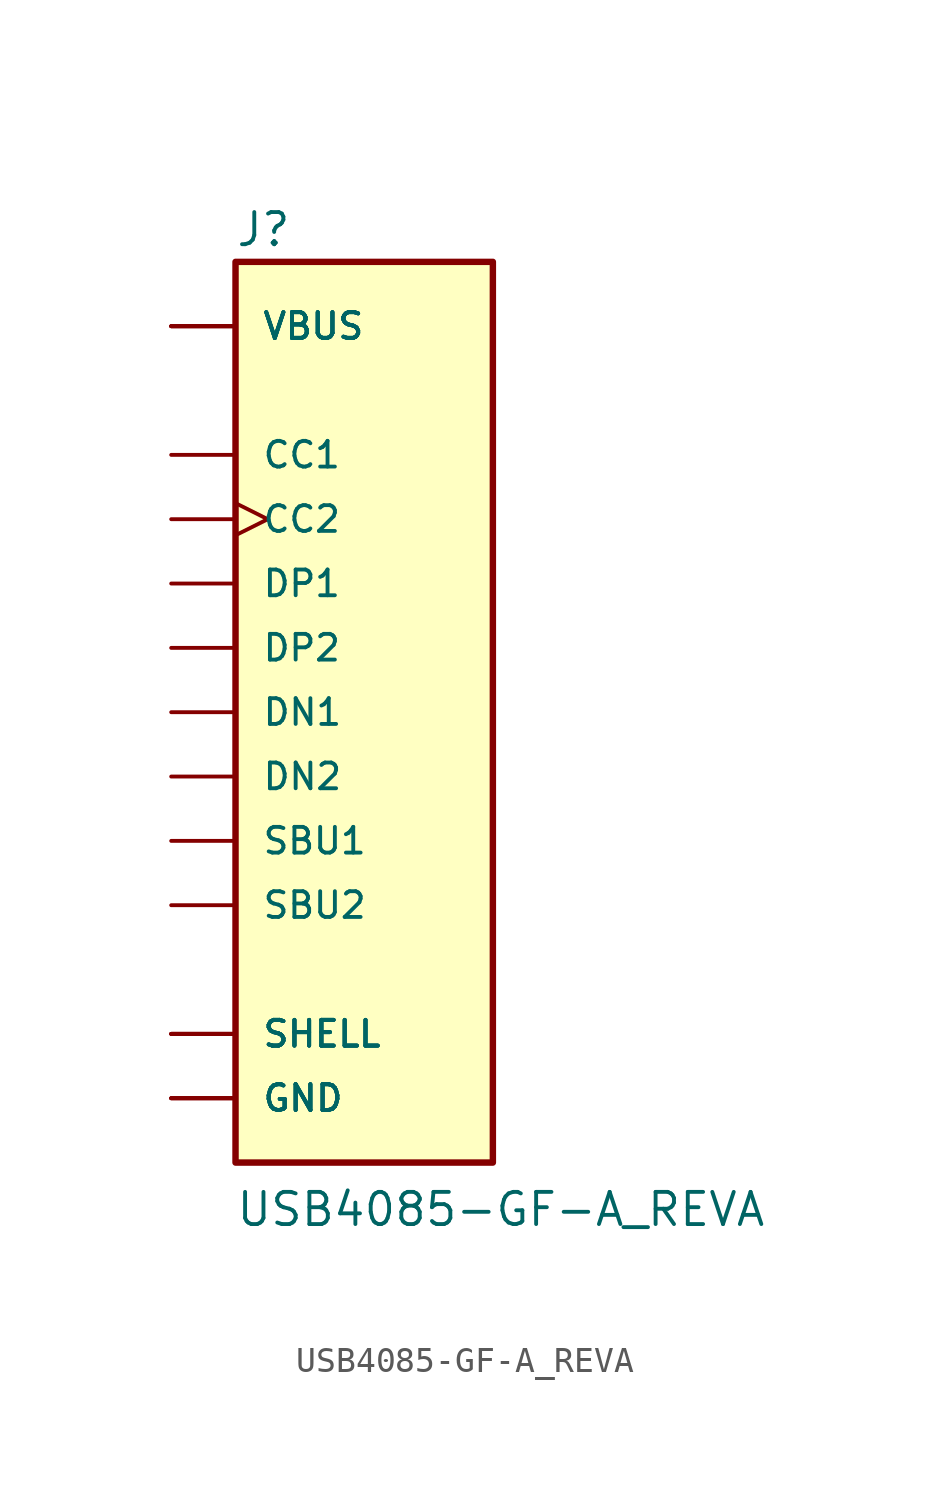
<source format=kicad_sym>
(kicad_symbol_lib
  (version 20211014)
  (generator kicad_symbol_editor)
  (symbol "USB4085-GF-A_REVA"
    (pin_numbers hide)
    (pin_names
      (offset 1.016))
    (property "Reference" "J"
      (at -5.105 18.313 0)
      (effects (font (size 1.27 1.27)) (justify left bottom)))
    (property "Value" "USB4085-GF-A_REVA"
      (at -5.105 -20.371 0)
      (effects (font (size 1.27 1.27)) (justify left bottom)))
    (property "ki_locked" ""
      (at 0 0 0)
      (effects (font (size 1.27 1.27))))
    (symbol "USB4085-GF-A_REVA_0_0"
      (rectangle (start -5.08 -17.78) (end 5.08 17.78) (stroke (width 0.254) (type default) (color 0 0 0 0)) (fill (type background)))
      (pin passive line (at -7.62 -15.24 0) (length 2.54) (name "GND" (effects (font (size 1.016 1.016)))) (number "A1" (effects (font (size 1.016 1.016)))))
      (pin passive line (at -7.62 -15.24 0) (length 2.54) (name "GND" (effects (font (size 1.016 1.016)))) (number "A12" (effects (font (size 1.016 1.016)))))
      (pin power_in line (at -7.62 15.24 0) (length 2.54) (name "VBUS" (effects (font (size 1.016 1.016)))) (number "A4" (effects (font (size 1.016 1.016)))))
      (pin bidirectional line (at -7.62 10.16 0) (length 2.54) (name "CC1" (effects (font (size 1.016 1.016)))) (number "A5" (effects (font (size 1.016 1.016)))))
      (pin bidirectional line (at -7.62 5.08 0) (length 2.54) (name "DP1" (effects (font (size 1.016 1.016)))) (number "A6" (effects (font (size 1.016 1.016)))))
      (pin bidirectional line (at -7.62 0 0) (length 2.54) (name "DN1" (effects (font (size 1.016 1.016)))) (number "A7" (effects (font (size 1.016 1.016)))))
      (pin bidirectional line (at -7.62 -5.08 0) (length 2.54) (name "SBU1" (effects (font (size 1.016 1.016)))) (number "A8" (effects (font (size 1.016 1.016)))))
      (pin power_in line (at -7.62 15.24 0) (length 2.54) (name "VBUS" (effects (font (size 1.016 1.016)))) (number "A9" (effects (font (size 1.016 1.016)))))
      (pin passive line (at -7.62 -15.24 0) (length 2.54) (name "GND" (effects (font (size 1.016 1.016)))) (number "B1" (effects (font (size 1.016 1.016)))))
      (pin passive line (at -7.62 -15.24 0) (length 2.54) (name "GND" (effects (font (size 1.016 1.016)))) (number "B12" (effects (font (size 1.016 1.016)))))
      (pin power_in line (at -7.62 15.24 0) (length 2.54) (name "VBUS" (effects (font (size 1.016 1.016)))) (number "B4" (effects (font (size 1.016 1.016)))))
      (pin bidirectional clock (at -7.62 7.62 0) (length 2.54) (name "CC2" (effects (font (size 1.016 1.016)))) (number "B5" (effects (font (size 1.016 1.016)))))
      (pin bidirectional line (at -7.62 2.54 0) (length 2.54) (name "DP2" (effects (font (size 1.016 1.016)))) (number "B6" (effects (font (size 1.016 1.016)))))
      (pin bidirectional line (at -7.62 -2.54 0) (length 2.54) (name "DN2" (effects (font (size 1.016 1.016)))) (number "B7" (effects (font (size 1.016 1.016)))))
      (pin bidirectional line (at -7.62 -7.62 0) (length 2.54) (name "SBU2" (effects (font (size 1.016 1.016)))) (number "B8" (effects (font (size 1.016 1.016)))))
      (pin power_in line (at -7.62 15.24 0) (length 2.54) (name "VBUS" (effects (font (size 1.016 1.016)))) (number "B9" (effects (font (size 1.016 1.016)))))
      (pin passive line (at -7.62 -12.7 0) (length 2.54) (name "SHELL" (effects (font (size 1.016 1.016)))) (number "P1" (effects (font (size 1.016 1.016)))))
      (pin passive line (at -7.62 -12.7 0) (length 2.54) (name "SHELL" (effects (font (size 1.016 1.016)))) (number "P2" (effects (font (size 1.016 1.016)))))
      (pin passive line (at -7.62 -12.7 0) (length 2.54) (name "SHELL" (effects (font (size 1.016 1.016)))) (number "P3" (effects (font (size 1.016 1.016)))))
      (pin passive line (at -7.62 -12.7 0) (length 2.54) (name "SHELL" (effects (font (size 1.016 1.016)))) (number "P4" (effects (font (size 1.016 1.016))))))))
</source>
